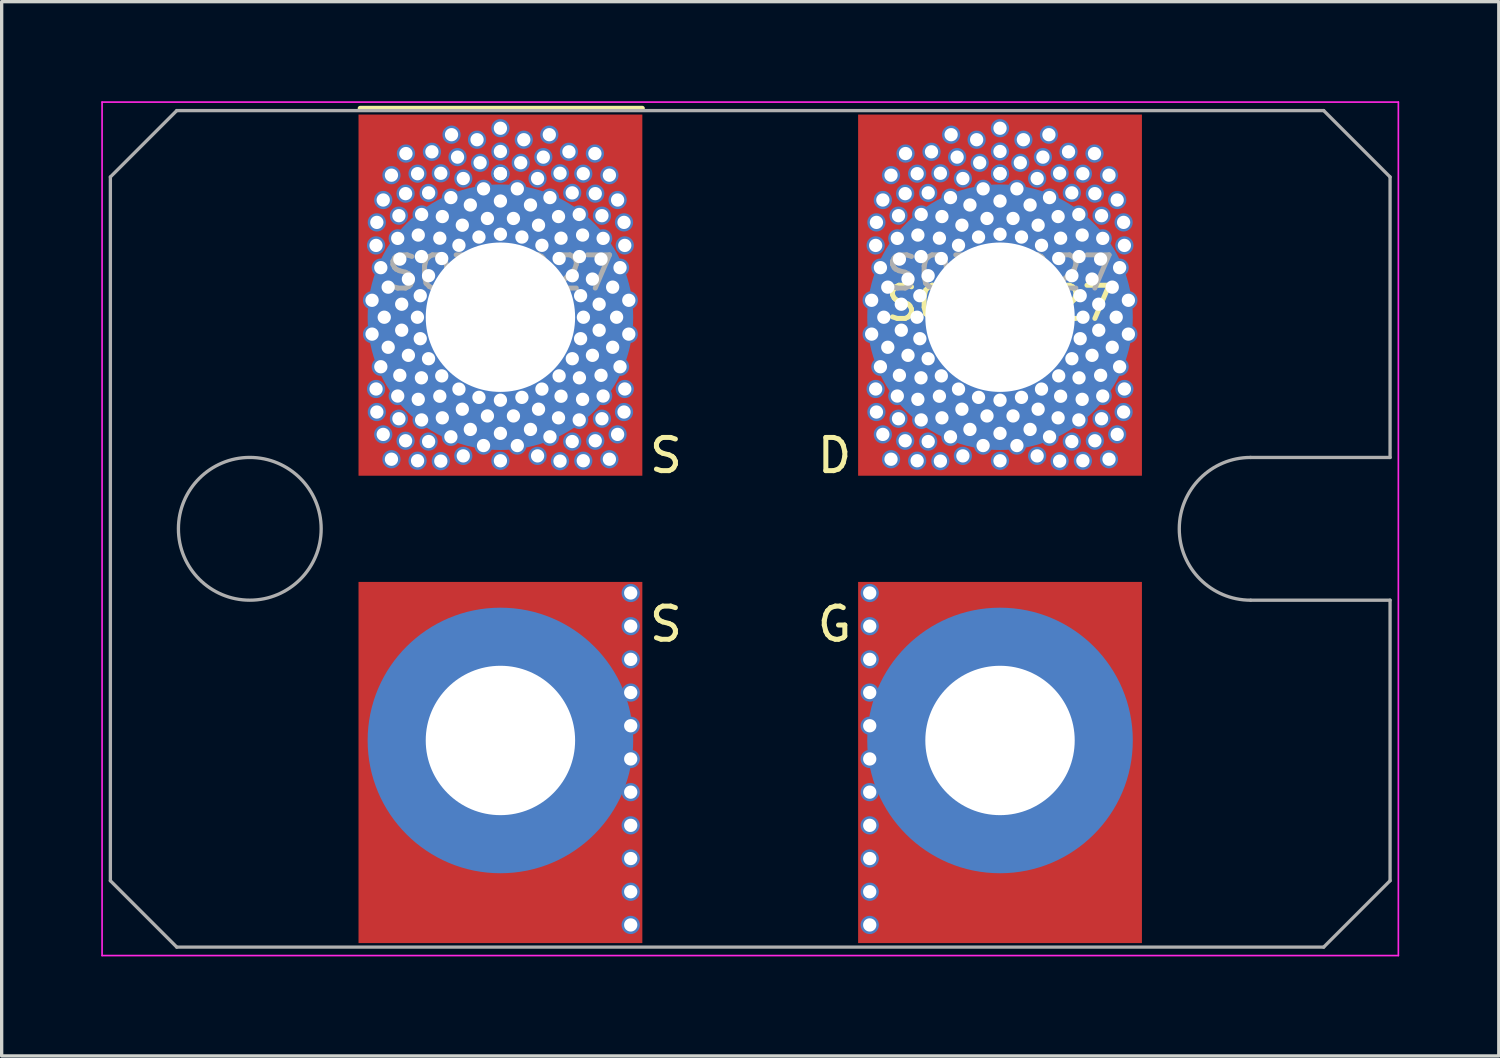
<source format=kicad_pcb>
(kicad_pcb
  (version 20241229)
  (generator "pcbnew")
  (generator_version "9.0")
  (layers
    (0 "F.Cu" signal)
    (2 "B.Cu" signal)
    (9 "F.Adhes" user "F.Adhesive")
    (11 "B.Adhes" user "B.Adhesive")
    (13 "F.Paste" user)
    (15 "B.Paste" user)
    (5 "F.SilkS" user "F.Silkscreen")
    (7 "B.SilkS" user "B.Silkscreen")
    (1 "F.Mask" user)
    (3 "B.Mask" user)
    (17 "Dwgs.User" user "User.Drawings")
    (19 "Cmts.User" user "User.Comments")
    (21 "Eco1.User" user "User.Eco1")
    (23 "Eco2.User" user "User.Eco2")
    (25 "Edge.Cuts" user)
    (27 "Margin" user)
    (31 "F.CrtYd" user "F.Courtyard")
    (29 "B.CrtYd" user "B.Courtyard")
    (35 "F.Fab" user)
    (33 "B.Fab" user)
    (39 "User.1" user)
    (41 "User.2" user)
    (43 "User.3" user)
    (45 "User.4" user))
  (footprint "SOT-227"
    (layer "F.Cu")
    (at 19.55 13.213)
    (property "Reference" "SOT-227" (at 7.525 -7.125 0) (layer "F.SilkS") (effects (font (size 1 1) (thickness 0.15))))
    (attr through_hole)
    (fp_line (start -11.75 -13) (end -3.25 -13) (stroke (width 0.15) (type solid)) (layer "F.SilkS"))
    (fp_line (start -19.525 -13.188) (end -19.525 12.523) (stroke (width 0.05) (type solid)) (layer "F.CrtYd"))
    (fp_line (start -19.525 -13.188) (end 19.525 -13.188) (stroke (width 0.05) (type solid)) (layer "F.CrtYd"))
    (fp_line (start -19.525 12.523) (end 19.525 12.523) (stroke (width 0.05) (type solid)) (layer "F.CrtYd"))
    (fp_line (start 19.525 -13.188) (end 19.525 12.523) (stroke (width 0.05) (type solid)) (layer "F.CrtYd"))
    (fp_line (start -19.275 -10.932) (end -17.275 -12.932) (stroke (width 0.1) (type solid)) (layer "F.Fab"))
    (fp_line (start -19.275 10.268) (end -19.275 -10.932) (stroke (width 0.1) (type solid)) (layer "F.Fab"))
    (fp_line (start -19.275 10.268) (end -17.275 12.268) (stroke (width 0.1) (type solid)) (layer "F.Fab"))
    (fp_line (start -17.275 -12.932) (end 17.275 -12.932) (stroke (width 0.1) (type solid)) (layer "F.Fab"))
    (fp_line (start 15.075 -2.482) (end 19.275 -2.482) (stroke (width 0.1) (type solid)) (layer "F.Fab"))
    (fp_line (start 15.075 1.817) (end 19.275 1.817) (stroke (width 0.1) (type solid)) (layer "F.Fab"))
    (fp_line (start 17.275 12.268) (end -17.275 12.268) (stroke (width 0.1) (type solid)) (layer "F.Fab"))
    (fp_line (start 19.275 -10.932) (end 17.275 -12.932) (stroke (width 0.1) (type solid)) (layer "F.Fab"))
    (fp_line (start 19.275 -10.932) (end 19.275 -2.482) (stroke (width 0.1) (type solid)) (layer "F.Fab"))
    (fp_line (start 19.275 1.817) (end 19.275 10.268) (stroke (width 0.1) (type solid)) (layer "F.Fab"))
    (fp_line (start 19.275 10.268) (end 17.275 12.268) (stroke (width 0.1) (type solid)) (layer "F.Fab"))
    (fp_arc (start 15.075 1.8175) (mid 12.925 -0.3325) (end 15.075 -2.4825) (stroke (width 0.1) (type solid)) (layer "F.Fab"))
    (fp_circle (center -15.075 -0.333) (end -12.925 -0.333) (stroke (width 0.1) (type solid)) (fill no) (layer "F.Fab"))
    (fp_text user "S" (at -2.54 2.54 0) (layer "F.SilkS") (effects (font (size 1 1) (thickness 0.15))))
    (fp_text user "D" (at 2.54 -2.54 0) (layer "F.SilkS") (effects (font (size 1 1) (thickness 0.15))))
    (fp_text user "S" (at -2.54 -2.54 0) (layer "F.SilkS") (effects (font (size 1 1) (thickness 0.15))))
    (fp_text user "G" (at 2.54 2.54 0) (layer "F.SilkS") (effects (font (size 1 1) (thickness 0.15))))
    (fp_text user "${REFERENCE}" (at 7.525 -8.04 0) (layer "F.Fab") (effects (font (size 1 1) (thickness 0.15))))
    (fp_text user "${REFERENCE}" (at -7.525 -8.04 0) (layer "F.Fab") (effects (font (size 1 1) (thickness 0.15))))
    (pad "1" thru_hole circle (at -11.392 -7.217 172.5) (size 0.55 0.55) (drill 0.4) (layers "*.Cu" "*.Mask"))
    (pad "1" thru_hole circle (at -11.392 -6.198 187.5) (size 0.55 0.55) (drill 0.4) (layers "*.Cu" "*.Mask"))
    (pad "1" thru_hole circle (at -11.271 -8.87 150) (size 0.55 0.55) (drill 0.4) (layers "*.Cu" "*.Mask"))
    (pad "1" thru_hole circle (at -11.271 -4.545 210) (size 0.55 0.55) (drill 0.4) (layers "*.Cu" "*.Mask"))
    (pad "1" thru_hole circle (at -11.248 -3.851 217.5) (size 0.55 0.55) (drill 0.4) (layers "*.Cu" "*.Mask"))
    (pad "1" thru_hole circle (at -11.248 -9.564 142.5) (size 0.55 0.55) (drill 0.4) (layers "*.Cu" "*.Mask"))
    (pad "1" thru_hole circle (at -11.128 -8.2 157.5) (size 0.55 0.55) (drill 0.4) (layers "*.Cu" "*.Mask"))
    (pad "1" thru_hole circle (at -11.128 -5.215 202.5) (size 0.55 0.55) (drill 0.4) (layers "*.Cu" "*.Mask"))
    (pad "1" thru_hole circle (at -11.055 -10.238 135) (size 0.55 0.55) (drill 0.4) (layers "*.Cu" "*.Mask"))
    (pad "1" thru_hole circle (at -11.055 -3.177 225) (size 0.55 0.55) (drill 0.4) (layers "*.Cu" "*.Mask"))
    (pad "1" thru_hole circle (at -11.025 -6.707 180) (size 0.55 0.55) (drill 0.4) (layers "*.Cu" "*.Mask"))
    (pad "1" thru_hole circle (at -10.906 -7.613 165) (size 0.55 0.55) (drill 0.4) (layers "*.Cu" "*.Mask"))
    (pad "1" thru_hole circle (at -10.906 -5.802 195) (size 0.55 0.55) (drill 0.4) (layers "*.Cu" "*.Mask"))
    (pad "1" thru_hole circle (at -10.808 -2.429 232.5) (size 0.55 0.55) (drill 0.4) (layers "*.Cu" "*.Mask"))
    (pad "1" thru_hole circle (at -10.808 -10.986 127.5) (size 0.55 0.55) (drill 0.4) (layers "*.Cu" "*.Mask"))
    (pad "1" thru_hole circle (at -10.619 -9.082 142.5) (size 0.55 0.55) (drill 0.4) (layers "*.Cu" "*.Mask"))
    (pad "1" thru_hole circle (at -10.619 -4.333 217.5) (size 0.55 0.55) (drill 0.4) (layers "*.Cu" "*.Mask"))
    (pad "1" thru_hole circle (at -10.583 -9.766 135) (size 0.55 0.55) (drill 0.4) (layers "*.Cu" "*.Mask"))
    (pad "1" thru_hole circle (at -10.583 -3.649 225) (size 0.55 0.55) (drill 0.4) (layers "*.Cu" "*.Mask"))
    (pad "1" thru_hole circle (at -10.556 -8.457 150) (size 0.55 0.55) (drill 0.4) (layers "*.Cu" "*.Mask"))
    (pad "1" thru_hole circle (at -10.556 -4.957 210) (size 0.55 0.55) (drill 0.4) (layers "*.Cu" "*.Mask"))
    (pad "1" thru_hole circle (at -10.499 -7.099 172.5) (size 0.55 0.55) (drill 0.4) (layers "*.Cu" "*.Mask"))
    (pad "1" thru_hole circle (at -10.499 -6.316 187.5) (size 0.55 0.55) (drill 0.4) (layers "*.Cu" "*.Mask"))
    (pad "1" thru_hole circle (at -10.382 -10.43 127.5) (size 0.55 0.55) (drill 0.4) (layers "*.Cu" "*.Mask"))
    (pad "1" thru_hole circle (at -10.382 -2.985 232.5) (size 0.55 0.55) (drill 0.4) (layers "*.Cu" "*.Mask"))
    (pad "1" thru_hole circle (at -10.371 -11.637 120) (size 0.55 0.55) (drill 0.4) (layers "*.Cu" "*.Mask"))
    (pad "1" thru_hole circle (at -10.297 -7.856 157.5) (size 0.55 0.55) (drill 0.4) (layers "*.Cu" "*.Mask"))
    (pad "1" thru_hole circle (at -10.297 -5.559 202.5) (size 0.55 0.55) (drill 0.4) (layers "*.Cu" "*.Mask"))
    (pad "1" thru_hole circle (at -10.025 -6.707 180) (size 0.55 0.55) (drill 0.4) (layers "*.Cu" "*.Mask"))
    (pad "1" thru_hole circle (at -10.021 -11.031 120) (size 0.55 0.55) (drill 0.4) (layers "*.Cu" "*.Mask"))
    (pad "1" thru_hole circle (at -10.021 -2.384 240) (size 0.55 0.55) (drill 0.4) (layers "*.Cu" "*.Mask"))
    (pad "1" thru_hole circle (at -10 -9.182 135) (size 0.55 0.55) (drill 0.4) (layers "*.Cu" "*.Mask"))
    (pad "1" thru_hole circle (at -10 -4.233 225) (size 0.55 0.55) (drill 0.4) (layers "*.Cu" "*.Mask"))
    (pad "1" thru_hole circle (at -9.94 -7.355 165) (size 0.55 0.55) (drill 0.4) (layers "*.Cu" "*.Mask"))
    (pad "1" thru_hole circle (at -9.94 -6.06 195) (size 0.55 0.55) (drill 0.4) (layers "*.Cu" "*.Mask"))
    (pad "1" thru_hole circle (at -9.905 -8.534 142.5) (size 0.55 0.55) (drill 0.4) (layers "*.Cu" "*.Mask"))
    (pad "1" thru_hole circle (at -9.905 -4.881 217.5) (size 0.55 0.55) (drill 0.4) (layers "*.Cu" "*.Mask"))
    (pad "1" thru_hole circle (at -9.899 -3.613 232.5) (size 0.55 0.55) (drill 0.4) (layers "*.Cu" "*.Mask"))
    (pad "1" thru_hole circle (at -9.899 -9.802 127.5) (size 0.55 0.55) (drill 0.4) (layers "*.Cu" "*.Mask"))
    (pad "1" thru_hole circle (at -9.69 -7.957 150) (size 0.55 0.55) (drill 0.4) (layers "*.Cu" "*.Mask"))
    (pad "1" thru_hole circle (at -9.69 -5.457 210) (size 0.55 0.55) (drill 0.4) (layers "*.Cu" "*.Mask"))
    (pad "1" thru_hole circle (at -9.688 -10.453 120) (size 0.55 0.55) (drill 0.4) (layers "*.Cu" "*.Mask"))
    (pad "1" thru_hole circle (at -9.688 -2.962 240) (size 0.55 0.55) (drill 0.4) (layers "*.Cu" "*.Mask"))
    (pad "1" thru_hole circle (at -9.589 -11.69 112.5) (size 0.55 0.55) (drill 0.4) (layers "*.Cu" "*.Mask"))
    (pad "1" thru_hole circle (at -9.351 -9.088 127.5) (size 0.55 0.55) (drill 0.4) (layers "*.Cu" "*.Mask"))
    (pad "1" thru_hole circle (at -9.351 -4.327 232.5) (size 0.55 0.55) (drill 0.4) (layers "*.Cu" "*.Mask"))
    (pad "1" thru_hole circle (at -9.321 -11.043 112.5) (size 0.55 0.55) (drill 0.4) (layers "*.Cu" "*.Mask"))
    (pad "1" thru_hole circle (at -9.321 -2.372 247.5) (size 0.55 0.55) (drill 0.4) (layers "*.Cu" "*.Mask"))
    (pad "1" thru_hole circle (at -9.293 -8.475 135) (size 0.55 0.55) (drill 0.4) (layers "*.Cu" "*.Mask"))
    (pad "1" thru_hole circle (at -9.293 -4.94 225) (size 0.55 0.55) (drill 0.4) (layers "*.Cu" "*.Mask"))
    (pad "1" thru_hole circle (at -9.275 -9.739 120) (size 0.55 0.55) (drill 0.4) (layers "*.Cu" "*.Mask"))
    (pad "1" thru_hole circle (at -9.275 -3.676 240) (size 0.55 0.55) (drill 0.4) (layers "*.Cu" "*.Mask"))
    (pad "1" thru_hole circle (at -9.017 -3.104 247.5) (size 0.55 0.55) (drill 0.4) (layers "*.Cu" "*.Mask"))
    (pad "1" thru_hole circle (at -9.017 -10.311 112.5) (size 0.55 0.55) (drill 0.4) (layers "*.Cu" "*.Mask"))
    (pad "1" thru_hole circle (at -8.998 -12.206 105) (size 0.55 0.55) (drill 0.4) (layers "*.Cu" "*.Mask"))
    (pad "1" thru_hole circle (at -8.817 -11.53 105) (size 0.55 0.55) (drill 0.4) (layers "*.Cu" "*.Mask"))
    (pad "1" thru_hole circle (at -8.775 -8.873 120) (size 0.55 0.55) (drill 0.4) (layers "*.Cu" "*.Mask"))
    (pad "1" thru_hole circle (at -8.775 -4.542 240) (size 0.55 0.55) (drill 0.4) (layers "*.Cu" "*.Mask"))
    (pad "1" thru_hole circle (at -8.673 -9.479 112.5) (size 0.55 0.55) (drill 0.4) (layers "*.Cu" "*.Mask"))
    (pad "1" thru_hole circle (at -8.673 -3.936 247.5) (size 0.55 0.55) (drill 0.4) (layers "*.Cu" "*.Mask"))
    (pad "1" thru_hole circle (at -8.644 -10.885 105) (size 0.55 0.55) (drill 0.4) (layers "*.Cu" "*.Mask"))
    (pad "1" thru_hole circle (at -8.644 -2.53 255) (size 0.55 0.55) (drill 0.4) (layers "*.Cu" "*.Mask"))
    (pad "1" thru_hole circle (at -8.431 -10.088 105) (size 0.55 0.55) (drill 0.4) (layers "*.Cu" "*.Mask"))
    (pad "1" thru_hole circle (at -8.431 -3.327 255) (size 0.55 0.55) (drill 0.4) (layers "*.Cu" "*.Mask"))
    (pad "1" thru_hole circle (at -8.229 -12.054 97.5) (size 0.55 0.55) (drill 0.4) (layers "*.Cu" "*.Mask"))
    (pad "1" thru_hole circle (at -8.172 -9.122 105) (size 0.55 0.55) (drill 0.4) (layers "*.Cu" "*.Mask"))
    (pad "1" thru_hole circle (at -8.172 -4.293 255) (size 0.55 0.55) (drill 0.4) (layers "*.Cu" "*.Mask"))
    (pad "1" thru_hole circle (at -8.137 -11.36 97.5) (size 0.55 0.55) (drill 0.4) (layers "*.Cu" "*.Mask"))
    (pad "1" thru_hole circle (at -8.034 -10.574 97.5) (size 0.55 0.55) (drill 0.4) (layers "*.Cu" "*.Mask"))
    (pad "1" thru_hole circle (at -8.034 -2.841 262.5) (size 0.55 0.55) (drill 0.4) (layers "*.Cu" "*.Mask"))
    (pad "1" thru_hole circle (at -7.917 -9.682 97.5) (size 0.55 0.55) (drill 0.4) (layers "*.Cu" "*.Mask"))
    (pad "1" thru_hole circle (at -7.917 -3.733 262.5) (size 0.55 0.55) (drill 0.4) (layers "*.Cu" "*.Mask"))
    (pad "1" thru_hole circle (at -7.525 -12.4 90) (size 0.55 0.55) (drill 0.4) (layers "*.Cu" "*.Mask"))
    (pad "1" thru_hole circle (at -7.525 -11.7 90) (size 0.55 0.55) (drill 0.4) (layers "*.Cu" "*.Mask"))
    (pad "1" thru_hole circle (at -7.525 -11.033 90) (size 0.55 0.55) (drill 0.4) (layers "*.Cu" "*.Mask"))
    (pad "1" thru_hole circle (at -7.525 -11.033 90) (size 0.55 0.55) (drill 0.4) (layers "*.Cu" "*.Mask"))
    (pad "1" thru_hole circle (at -7.525 -10.207 90) (size 0.55 0.55) (drill 0.4) (layers "*.Cu" "*.Mask"))
    (pad "1" thru_hole circle (at -7.525 -9.207 90) (size 0.55 0.55) (drill 0.4) (layers "*.Cu" "*.Mask"))
    (pad "1" smd rect (at -7.525 -7.372) (size 8.55 10.88) (layers "F.Cu" "F.Mask"))
    (pad "1" thru_hole circle (at -7.525 -6.707) (size 8 8) (drill 4.5) (layers "*.Cu" "*.Mask"))
    (pad "1" thru_hole circle (at -7.525 -4.207 270) (size 0.55 0.55) (drill 0.4) (layers "*.Cu" "*.Mask"))
    (pad "1" thru_hole circle (at -7.525 -3.208 270) (size 0.55 0.55) (drill 0.4) (layers "*.Cu" "*.Mask"))
    (pad "1" thru_hole circle (at -7.525 -2.382 270) (size 0.55 0.55) (drill 0.4) (layers "*.Cu" "*.Mask"))
    (pad "1" thru_hole circle (at -7.133 -9.682 82.5) (size 0.55 0.55) (drill 0.4) (layers "*.Cu" "*.Mask"))
    (pad "1" thru_hole circle (at -7.133 -3.733 277.5) (size 0.55 0.55) (drill 0.4) (layers "*.Cu" "*.Mask"))
    (pad "1" thru_hole circle (at -7.016 -10.574 82.5) (size 0.55 0.55) (drill 0.4) (layers "*.Cu" "*.Mask"))
    (pad "1" thru_hole circle (at -7.016 -2.841 277.5) (size 0.55 0.55) (drill 0.4) (layers "*.Cu" "*.Mask"))
    (pad "1" thru_hole circle (at -6.913 -11.36 82.5) (size 0.55 0.55) (drill 0.4) (layers "*.Cu" "*.Mask"))
    (pad "1" thru_hole circle (at -6.878 -9.122 75) (size 0.55 0.55) (drill 0.4) (layers "*.Cu" "*.Mask"))
    (pad "1" thru_hole circle (at -6.878 -4.293 285) (size 0.55 0.55) (drill 0.4) (layers "*.Cu" "*.Mask"))
    (pad "1" thru_hole circle (at -6.821 -12.054 82.5) (size 0.55 0.55) (drill 0.4) (layers "*.Cu" "*.Mask"))
    (pad "1" thru_hole circle (at -6.619 -10.088 75) (size 0.55 0.55) (drill 0.4) (layers "*.Cu" "*.Mask"))
    (pad "1" thru_hole circle (at -6.619 -3.327 285) (size 0.55 0.55) (drill 0.4) (layers "*.Cu" "*.Mask"))
    (pad "1" thru_hole circle (at -6.406 -10.885 75) (size 0.55 0.55) (drill 0.4) (layers "*.Cu" "*.Mask"))
    (pad "1" thru_hole circle (at -6.406 -2.53 285) (size 0.55 0.55) (drill 0.4) (layers "*.Cu" "*.Mask"))
    (pad "1" thru_hole circle (at -6.377 -9.479 67.5) (size 0.55 0.55) (drill 0.4) (layers "*.Cu" "*.Mask"))
    (pad "1" thru_hole circle (at -6.377 -3.936 292.5) (size 0.55 0.55) (drill 0.4) (layers "*.Cu" "*.Mask"))
    (pad "1" thru_hole circle (at -6.275 -8.873 60) (size 0.55 0.55) (drill 0.4) (layers "*.Cu" "*.Mask"))
    (pad "1" thru_hole circle (at -6.275 -4.542 300) (size 0.55 0.55) (drill 0.4) (layers "*.Cu" "*.Mask"))
    (pad "1" thru_hole circle (at -6.233 -11.53 75) (size 0.55 0.55) (drill 0.4) (layers "*.Cu" "*.Mask"))
    (pad "1" thru_hole circle (at -6.052 -12.206 75) (size 0.55 0.55) (drill 0.4) (layers "*.Cu" "*.Mask"))
    (pad "1" thru_hole circle (at -6.033 -3.104 292.5) (size 0.55 0.55) (drill 0.4) (layers "*.Cu" "*.Mask"))
    (pad "1" thru_hole circle (at -6.033 -10.311 67.5) (size 0.55 0.55) (drill 0.4) (layers "*.Cu" "*.Mask"))
    (pad "1" thru_hole circle (at -5.775 -9.739 60) (size 0.55 0.55) (drill 0.4) (layers "*.Cu" "*.Mask"))
    (pad "1" thru_hole circle (at -5.775 -3.676 300) (size 0.55 0.55) (drill 0.4) (layers "*.Cu" "*.Mask"))
    (pad "1" thru_hole circle (at -5.757 -8.475 45) (size 0.55 0.55) (drill 0.4) (layers "*.Cu" "*.Mask"))
    (pad "1" thru_hole circle (at -5.757 -4.94 315) (size 0.55 0.55) (drill 0.4) (layers "*.Cu" "*.Mask"))
    (pad "1" thru_hole circle (at -5.729 -11.043 67.5) (size 0.55 0.55) (drill 0.4) (layers "*.Cu" "*.Mask"))
    (pad "1" thru_hole circle (at -5.729 -2.372 292.5) (size 0.55 0.55) (drill 0.4) (layers "*.Cu" "*.Mask"))
    (pad "1" thru_hole circle (at -5.699 -9.088 52.5) (size 0.55 0.55) (drill 0.4) (layers "*.Cu" "*.Mask"))
    (pad "1" thru_hole circle (at -5.699 -4.327 307.5) (size 0.55 0.55) (drill 0.4) (layers "*.Cu" "*.Mask"))
    (pad "1" thru_hole circle (at -5.461 -11.69 67.5) (size 0.55 0.55) (drill 0.4) (layers "*.Cu" "*.Mask"))
    (pad "1" thru_hole circle (at -5.362 -10.453 60) (size 0.55 0.55) (drill 0.4) (layers "*.Cu" "*.Mask"))
    (pad "1" thru_hole circle (at -5.362 -2.962 300) (size 0.55 0.55) (drill 0.4) (layers "*.Cu" "*.Mask"))
    (pad "1" thru_hole circle (at -5.36 -7.957 30) (size 0.55 0.55) (drill 0.4) (layers "*.Cu" "*.Mask"))
    (pad "1" thru_hole circle (at -5.36 -5.457 330) (size 0.55 0.55) (drill 0.4) (layers "*.Cu" "*.Mask"))
    (pad "1" thru_hole circle (at -5.151 -3.613 307.5) (size 0.55 0.55) (drill 0.4) (layers "*.Cu" "*.Mask"))
    (pad "1" thru_hole circle (at -5.151 -9.802 52.5) (size 0.55 0.55) (drill 0.4) (layers "*.Cu" "*.Mask"))
    (pad "1" thru_hole circle (at -5.145 -8.534 37.5) (size 0.55 0.55) (drill 0.4) (layers "*.Cu" "*.Mask"))
    (pad "1" thru_hole circle (at -5.145 -4.881 322.5) (size 0.55 0.55) (drill 0.4) (layers "*.Cu" "*.Mask"))
    (pad "1" thru_hole circle (at -5.11 -7.355 15) (size 0.55 0.55) (drill 0.4) (layers "*.Cu" "*.Mask"))
    (pad "1" thru_hole circle (at -5.11 -6.06 345) (size 0.55 0.55) (drill 0.4) (layers "*.Cu" "*.Mask"))
    (pad "1" thru_hole circle (at -5.05 -9.182 45) (size 0.55 0.55) (drill 0.4) (layers "*.Cu" "*.Mask"))
    (pad "1" thru_hole circle (at -5.05 -4.233 315) (size 0.55 0.55) (drill 0.4) (layers "*.Cu" "*.Mask"))
    (pad "1" thru_hole circle (at -5.029 -11.031 60) (size 0.55 0.55) (drill 0.4) (layers "*.Cu" "*.Mask"))
    (pad "1" thru_hole circle (at -5.029 -2.384 300) (size 0.55 0.55) (drill 0.4) (layers "*.Cu" "*.Mask"))
    (pad "1" thru_hole circle (at -5.025 -6.707) (size 0.55 0.55) (drill 0.4) (layers "*.Cu" "*.Mask"))
    (pad "1" thru_hole circle (at -4.753 -7.856 22.5) (size 0.55 0.55) (drill 0.4) (layers "*.Cu" "*.Mask"))
    (pad "1" thru_hole circle (at -4.753 -5.559 337.5) (size 0.55 0.55) (drill 0.4) (layers "*.Cu" "*.Mask"))
    (pad "1" thru_hole circle (at -4.679 -11.637 60) (size 0.55 0.55) (drill 0.4) (layers "*.Cu" "*.Mask"))
    (pad "1" thru_hole circle (at -4.668 -10.43 52.5) (size 0.55 0.55) (drill 0.4) (layers "*.Cu" "*.Mask"))
    (pad "1" thru_hole circle (at -4.668 -2.985 307.5) (size 0.55 0.55) (drill 0.4) (layers "*.Cu" "*.Mask"))
    (pad "1" thru_hole circle (at -4.551 -7.099 7.5) (size 0.55 0.55) (drill 0.4) (layers "*.Cu" "*.Mask"))
    (pad "1" thru_hole circle (at -4.551 -6.316 352.5) (size 0.55 0.55) (drill 0.4) (layers "*.Cu" "*.Mask"))
    (pad "1" thru_hole circle (at -4.494 -8.457 30) (size 0.55 0.55) (drill 0.4) (layers "*.Cu" "*.Mask"))
    (pad "1" thru_hole circle (at -4.494 -4.957 330) (size 0.55 0.55) (drill 0.4) (layers "*.Cu" "*.Mask"))
    (pad "1" thru_hole circle (at -4.467 -9.766 45) (size 0.55 0.55) (drill 0.4) (layers "*.Cu" "*.Mask"))
    (pad "1" thru_hole circle (at -4.467 -3.649 315) (size 0.55 0.55) (drill 0.4) (layers "*.Cu" "*.Mask"))
    (pad "1" thru_hole circle (at -4.431 -9.082 37.5) (size 0.55 0.55) (drill 0.4) (layers "*.Cu" "*.Mask"))
    (pad "1" thru_hole circle (at -4.431 -4.333 322.5) (size 0.55 0.55) (drill 0.4) (layers "*.Cu" "*.Mask"))
    (pad "1" thru_hole circle (at -4.242 -2.429 307.5) (size 0.55 0.55) (drill 0.4) (layers "*.Cu" "*.Mask"))
    (pad "1" thru_hole circle (at -4.242 -10.986 52.5) (size 0.55 0.55) (drill 0.4) (layers "*.Cu" "*.Mask"))
    (pad "1" thru_hole circle (at -4.144 -7.613 15) (size 0.55 0.55) (drill 0.4) (layers "*.Cu" "*.Mask"))
    (pad "1" thru_hole circle (at -4.144 -5.802 345) (size 0.55 0.55) (drill 0.4) (layers "*.Cu" "*.Mask"))
    (pad "1" thru_hole circle (at -4.025 -6.707) (size 0.55 0.55) (drill 0.4) (layers "*.Cu" "*.Mask"))
    (pad "1" thru_hole circle (at -3.995 -10.238 45) (size 0.55 0.55) (drill 0.4) (layers "*.Cu" "*.Mask"))
    (pad "1" thru_hole circle (at -3.995 -3.177 315) (size 0.55 0.55) (drill 0.4) (layers "*.Cu" "*.Mask"))
    (pad "1" thru_hole circle (at -3.922 -8.2 22.5) (size 0.55 0.55) (drill 0.4) (layers "*.Cu" "*.Mask"))
    (pad "1" thru_hole circle (at -3.922 -5.215 337.5) (size 0.55 0.55) (drill 0.4) (layers "*.Cu" "*.Mask"))
    (pad "1" thru_hole circle (at -3.802 -3.851 322.5) (size 0.55 0.55) (drill 0.4) (layers "*.Cu" "*.Mask"))
    (pad "1" thru_hole circle (at -3.802 -9.564 37.5) (size 0.55 0.55) (drill 0.4) (layers "*.Cu" "*.Mask"))
    (pad "1" thru_hole circle (at -3.779 -8.87 30) (size 0.55 0.55) (drill 0.4) (layers "*.Cu" "*.Mask"))
    (pad "1" thru_hole circle (at -3.779 -4.545 330) (size 0.55 0.55) (drill 0.4) (layers "*.Cu" "*.Mask"))
    (pad "1" thru_hole circle (at -3.658 -7.217 7.5) (size 0.55 0.55) (drill 0.4) (layers "*.Cu" "*.Mask"))
    (pad "1" thru_hole circle (at -3.658 -6.198 352.5) (size 0.55 0.55) (drill 0.4) (layers "*.Cu" "*.Mask"))
    (pad "2" thru_hole circle (at 3.658 -7.217 172.5) (size 0.55 0.55) (drill 0.4) (layers "*.Cu" "*.Mask"))
    (pad "2" thru_hole circle (at 3.658 -6.198 187.5) (size 0.55 0.55) (drill 0.4) (layers "*.Cu" "*.Mask"))
    (pad "2" thru_hole circle (at 3.779 -8.87 150) (size 0.55 0.55) (drill 0.4) (layers "*.Cu" "*.Mask"))
    (pad "2" thru_hole circle (at 3.779 -4.545 210) (size 0.55 0.55) (drill 0.4) (layers "*.Cu" "*.Mask"))
    (pad "2" thru_hole circle (at 3.802 -3.851 217.5) (size 0.55 0.55) (drill 0.4) (layers "*.Cu" "*.Mask"))
    (pad "2" thru_hole circle (at 3.802 -9.564 142.5) (size 0.55 0.55) (drill 0.4) (layers "*.Cu" "*.Mask"))
    (pad "2" thru_hole circle (at 3.922 -8.2 157.5) (size 0.55 0.55) (drill 0.4) (layers "*.Cu" "*.Mask"))
    (pad "2" thru_hole circle (at 3.922 -5.215 202.5) (size 0.55 0.55) (drill 0.4) (layers "*.Cu" "*.Mask"))
    (pad "2" thru_hole circle (at 3.995 -10.238 135) (size 0.55 0.55) (drill 0.4) (layers "*.Cu" "*.Mask"))
    (pad "2" thru_hole circle (at 3.995 -3.177 225) (size 0.55 0.55) (drill 0.4) (layers "*.Cu" "*.Mask"))
    (pad "2" thru_hole circle (at 4.025 -6.707 180) (size 0.55 0.55) (drill 0.4) (layers "*.Cu" "*.Mask"))
    (pad "2" thru_hole circle (at 4.144 -7.613 165) (size 0.55 0.55) (drill 0.4) (layers "*.Cu" "*.Mask"))
    (pad "2" thru_hole circle (at 4.144 -5.802 195) (size 0.55 0.55) (drill 0.4) (layers "*.Cu" "*.Mask"))
    (pad "2" thru_hole circle (at 4.242 -2.429 232.5) (size 0.55 0.55) (drill 0.4) (layers "*.Cu" "*.Mask"))
    (pad "2" thru_hole circle (at 4.242 -10.986 127.5) (size 0.55 0.55) (drill 0.4) (layers "*.Cu" "*.Mask"))
    (pad "2" thru_hole circle (at 4.431 -9.082 142.5) (size 0.55 0.55) (drill 0.4) (layers "*.Cu" "*.Mask"))
    (pad "2" thru_hole circle (at 4.431 -4.333 217.5) (size 0.55 0.55) (drill 0.4) (layers "*.Cu" "*.Mask"))
    (pad "2" thru_hole circle (at 4.467 -9.766 135) (size 0.55 0.55) (drill 0.4) (layers "*.Cu" "*.Mask"))
    (pad "2" thru_hole circle (at 4.467 -3.649 225) (size 0.55 0.55) (drill 0.4) (layers "*.Cu" "*.Mask"))
    (pad "2" thru_hole circle (at 4.494 -8.457 150) (size 0.55 0.55) (drill 0.4) (layers "*.Cu" "*.Mask"))
    (pad "2" thru_hole circle (at 4.494 -4.957 210) (size 0.55 0.55) (drill 0.4) (layers "*.Cu" "*.Mask"))
    (pad "2" thru_hole circle (at 4.551 -7.099 172.5) (size 0.55 0.55) (drill 0.4) (layers "*.Cu" "*.Mask"))
    (pad "2" thru_hole circle (at 4.551 -6.316 187.5) (size 0.55 0.55) (drill 0.4) (layers "*.Cu" "*.Mask"))
    (pad "2" thru_hole circle (at 4.668 -10.43 127.5) (size 0.55 0.55) (drill 0.4) (layers "*.Cu" "*.Mask"))
    (pad "2" thru_hole circle (at 4.668 -2.985 232.5) (size 0.55 0.55) (drill 0.4) (layers "*.Cu" "*.Mask"))
    (pad "2" thru_hole circle (at 4.679 -11.637 120) (size 0.55 0.55) (drill 0.4) (layers "*.Cu" "*.Mask"))
    (pad "2" thru_hole circle (at 4.753 -7.856 157.5) (size 0.55 0.55) (drill 0.4) (layers "*.Cu" "*.Mask"))
    (pad "2" thru_hole circle (at 4.753 -5.559 202.5) (size 0.55 0.55) (drill 0.4) (layers "*.Cu" "*.Mask"))
    (pad "2" thru_hole circle (at 5.025 -6.707 180) (size 0.55 0.55) (drill 0.4) (layers "*.Cu" "*.Mask"))
    (pad "2" thru_hole circle (at 5.029 -11.031 120) (size 0.55 0.55) (drill 0.4) (layers "*.Cu" "*.Mask"))
    (pad "2" thru_hole circle (at 5.029 -2.384 240) (size 0.55 0.55) (drill 0.4) (layers "*.Cu" "*.Mask"))
    (pad "2" thru_hole circle (at 5.05 -9.182 135) (size 0.55 0.55) (drill 0.4) (layers "*.Cu" "*.Mask"))
    (pad "2" thru_hole circle (at 5.05 -4.233 225) (size 0.55 0.55) (drill 0.4) (layers "*.Cu" "*.Mask"))
    (pad "2" thru_hole circle (at 5.11 -7.355 165) (size 0.55 0.55) (drill 0.4) (layers "*.Cu" "*.Mask"))
    (pad "2" thru_hole circle (at 5.11 -6.06 195) (size 0.55 0.55) (drill 0.4) (layers "*.Cu" "*.Mask"))
    (pad "2" thru_hole circle (at 5.145 -8.534 142.5) (size 0.55 0.55) (drill 0.4) (layers "*.Cu" "*.Mask"))
    (pad "2" thru_hole circle (at 5.145 -4.881 217.5) (size 0.55 0.55) (drill 0.4) (layers "*.Cu" "*.Mask"))
    (pad "2" thru_hole circle (at 5.151 -3.613 232.5) (size 0.55 0.55) (drill 0.4) (layers "*.Cu" "*.Mask"))
    (pad "2" thru_hole circle (at 5.151 -9.802 127.5) (size 0.55 0.55) (drill 0.4) (layers "*.Cu" "*.Mask"))
    (pad "2" thru_hole circle (at 5.36 -7.957 150) (size 0.55 0.55) (drill 0.4) (layers "*.Cu" "*.Mask"))
    (pad "2" thru_hole circle (at 5.36 -5.457 210) (size 0.55 0.55) (drill 0.4) (layers "*.Cu" "*.Mask"))
    (pad "2" thru_hole circle (at 5.362 -10.453 120) (size 0.55 0.55) (drill 0.4) (layers "*.Cu" "*.Mask"))
    (pad "2" thru_hole circle (at 5.362 -2.962 240) (size 0.55 0.55) (drill 0.4) (layers "*.Cu" "*.Mask"))
    (pad "2" thru_hole circle (at 5.461 -11.69 112.5) (size 0.55 0.55) (drill 0.4) (layers "*.Cu" "*.Mask"))
    (pad "2" thru_hole circle (at 5.699 -9.088 127.5) (size 0.55 0.55) (drill 0.4) (layers "*.Cu" "*.Mask"))
    (pad "2" thru_hole circle (at 5.699 -4.327 232.5) (size 0.55 0.55) (drill 0.4) (layers "*.Cu" "*.Mask"))
    (pad "2" thru_hole circle (at 5.729 -11.043 112.5) (size 0.55 0.55) (drill 0.4) (layers "*.Cu" "*.Mask"))
    (pad "2" thru_hole circle (at 5.729 -2.372 247.5) (size 0.55 0.55) (drill 0.4) (layers "*.Cu" "*.Mask"))
    (pad "2" thru_hole circle (at 5.757 -8.475 135) (size 0.55 0.55) (drill 0.4) (layers "*.Cu" "*.Mask"))
    (pad "2" thru_hole circle (at 5.757 -4.94 225) (size 0.55 0.55) (drill 0.4) (layers "*.Cu" "*.Mask"))
    (pad "2" thru_hole circle (at 5.775 -9.739 120) (size 0.55 0.55) (drill 0.4) (layers "*.Cu" "*.Mask"))
    (pad "2" thru_hole circle (at 5.775 -3.676 240) (size 0.55 0.55) (drill 0.4) (layers "*.Cu" "*.Mask"))
    (pad "2" thru_hole circle (at 6.033 -3.104 247.5) (size 0.55 0.55) (drill 0.4) (layers "*.Cu" "*.Mask"))
    (pad "2" thru_hole circle (at 6.033 -10.311 112.5) (size 0.55 0.55) (drill 0.4) (layers "*.Cu" "*.Mask"))
    (pad "2" thru_hole circle (at 6.052 -12.206 105) (size 0.55 0.55) (drill 0.4) (layers "*.Cu" "*.Mask"))
    (pad "2" thru_hole circle (at 6.233 -11.53 105) (size 0.55 0.55) (drill 0.4) (layers "*.Cu" "*.Mask"))
    (pad "2" thru_hole circle (at 6.275 -8.873 120) (size 0.55 0.55) (drill 0.4) (layers "*.Cu" "*.Mask"))
    (pad "2" thru_hole circle (at 6.275 -4.542 240) (size 0.55 0.55) (drill 0.4) (layers "*.Cu" "*.Mask"))
    (pad "2" thru_hole circle (at 6.377 -9.479 112.5) (size 0.55 0.55) (drill 0.4) (layers "*.Cu" "*.Mask"))
    (pad "2" thru_hole circle (at 6.377 -3.936 247.5) (size 0.55 0.55) (drill 0.4) (layers "*.Cu" "*.Mask"))
    (pad "2" thru_hole circle (at 6.406 -10.885 105) (size 0.55 0.55) (drill 0.4) (layers "*.Cu" "*.Mask"))
    (pad "2" thru_hole circle (at 6.406 -2.53 255) (size 0.55 0.55) (drill 0.4) (layers "*.Cu" "*.Mask"))
    (pad "2" thru_hole circle (at 6.619 -10.088 105) (size 0.55 0.55) (drill 0.4) (layers "*.Cu" "*.Mask"))
    (pad "2" thru_hole circle (at 6.619 -3.327 255) (size 0.55 0.55) (drill 0.4) (layers "*.Cu" "*.Mask"))
    (pad "2" thru_hole circle (at 6.821 -12.054 97.5) (size 0.55 0.55) (drill 0.4) (layers "*.Cu" "*.Mask"))
    (pad "2" thru_hole circle (at 6.878 -9.122 105) (size 0.55 0.55) (drill 0.4) (layers "*.Cu" "*.Mask"))
    (pad "2" thru_hole circle (at 6.878 -4.293 255) (size 0.55 0.55) (drill 0.4) (layers "*.Cu" "*.Mask"))
    (pad "2" thru_hole circle (at 6.913 -11.36 97.5) (size 0.55 0.55) (drill 0.4) (layers "*.Cu" "*.Mask"))
    (pad "2" thru_hole circle (at 7.016 -10.574 97.5) (size 0.55 0.55) (drill 0.4) (layers "*.Cu" "*.Mask"))
    (pad "2" thru_hole circle (at 7.016 -2.841 262.5) (size 0.55 0.55) (drill 0.4) (layers "*.Cu" "*.Mask"))
    (pad "2" thru_hole circle (at 7.133 -9.682 97.5) (size 0.55 0.55) (drill 0.4) (layers "*.Cu" "*.Mask"))
    (pad "2" thru_hole circle (at 7.133 -3.733 262.5) (size 0.55 0.55) (drill 0.4) (layers "*.Cu" "*.Mask"))
    (pad "2" thru_hole circle (at 7.525 -12.4 90) (size 0.55 0.55) (drill 0.4) (layers "*.Cu" "*.Mask"))
    (pad "2" thru_hole circle (at 7.525 -11.7 90) (size 0.55 0.55) (drill 0.4) (layers "*.Cu" "*.Mask"))
    (pad "2" thru_hole circle (at 7.525 -11.033 90) (size 0.55 0.55) (drill 0.4) (layers "*.Cu" "*.Mask"))
    (pad "2" thru_hole circle (at 7.525 -11.033 90) (size 0.55 0.55) (drill 0.4) (layers "*.Cu" "*.Mask"))
    (pad "2" thru_hole circle (at 7.525 -10.207 90) (size 0.55 0.55) (drill 0.4) (layers "*.Cu" "*.Mask"))
    (pad "2" thru_hole circle (at 7.525 -9.207 90) (size 0.55 0.55) (drill 0.4) (layers "*.Cu" "*.Mask"))
    (pad "2" smd rect (at 7.525 -7.372) (size 8.55 10.88) (layers "F.Cu" "F.Mask"))
    (pad "2" thru_hole circle (at 7.525 -6.707) (size 8 8) (drill 4.5) (layers "*.Cu" "*.Mask"))
    (pad "2" thru_hole circle (at 7.525 -4.207 270) (size 0.55 0.55) (drill 0.4) (layers "*.Cu" "*.Mask"))
    (pad "2" thru_hole circle (at 7.525 -3.208 270) (size 0.55 0.55) (drill 0.4) (layers "*.Cu" "*.Mask"))
    (pad "2" thru_hole circle (at 7.525 -2.382 270) (size 0.55 0.55) (drill 0.4) (layers "*.Cu" "*.Mask"))
    (pad "2" thru_hole circle (at 7.917 -9.682 82.5) (size 0.55 0.55) (drill 0.4) (layers "*.Cu" "*.Mask"))
    (pad "2" thru_hole circle (at 7.917 -3.733 277.5) (size 0.55 0.55) (drill 0.4) (layers "*.Cu" "*.Mask"))
    (pad "2" thru_hole circle (at 8.034 -10.574 82.5) (size 0.55 0.55) (drill 0.4) (layers "*.Cu" "*.Mask"))
    (pad "2" thru_hole circle (at 8.034 -2.841 277.5) (size 0.55 0.55) (drill 0.4) (layers "*.Cu" "*.Mask"))
    (pad "2" thru_hole circle (at 8.137 -11.36 82.5) (size 0.55 0.55) (drill 0.4) (layers "*.Cu" "*.Mask"))
    (pad "2" thru_hole circle (at 8.172 -9.122 75) (size 0.55 0.55) (drill 0.4) (layers "*.Cu" "*.Mask"))
    (pad "2" thru_hole circle (at 8.172 -4.293 285) (size 0.55 0.55) (drill 0.4) (layers "*.Cu" "*.Mask"))
    (pad "2" thru_hole circle (at 8.229 -12.054 82.5) (size 0.55 0.55) (drill 0.4) (layers "*.Cu" "*.Mask"))
    (pad "2" thru_hole circle (at 8.431 -10.088 75) (size 0.55 0.55) (drill 0.4) (layers "*.Cu" "*.Mask"))
    (pad "2" thru_hole circle (at 8.431 -3.327 285) (size 0.55 0.55) (drill 0.4) (layers "*.Cu" "*.Mask"))
    (pad "2" thru_hole circle (at 8.644 -10.885 75) (size 0.55 0.55) (drill 0.4) (layers "*.Cu" "*.Mask"))
    (pad "2" thru_hole circle (at 8.644 -2.53 285) (size 0.55 0.55) (drill 0.4) (layers "*.Cu" "*.Mask"))
    (pad "2" thru_hole circle (at 8.673 -9.479 67.5) (size 0.55 0.55) (drill 0.4) (layers "*.Cu" "*.Mask"))
    (pad "2" thru_hole circle (at 8.673 -3.936 292.5) (size 0.55 0.55) (drill 0.4) (layers "*.Cu" "*.Mask"))
    (pad "2" thru_hole circle (at 8.775 -8.873 60) (size 0.55 0.55) (drill 0.4) (layers "*.Cu" "*.Mask"))
    (pad "2" thru_hole circle (at 8.775 -4.542 300) (size 0.55 0.55) (drill 0.4) (layers "*.Cu" "*.Mask"))
    (pad "2" thru_hole circle (at 8.817 -11.53 75) (size 0.55 0.55) (drill 0.4) (layers "*.Cu" "*.Mask"))
    (pad "2" thru_hole circle (at 8.998 -12.206 75) (size 0.55 0.55) (drill 0.4) (layers "*.Cu" "*.Mask"))
    (pad "2" thru_hole circle (at 9.017 -3.104 292.5) (size 0.55 0.55) (drill 0.4) (layers "*.Cu" "*.Mask"))
    (pad "2" thru_hole circle (at 9.017 -10.311 67.5) (size 0.55 0.55) (drill 0.4) (layers "*.Cu" "*.Mask"))
    (pad "2" thru_hole circle (at 9.275 -9.739 60) (size 0.55 0.55) (drill 0.4) (layers "*.Cu" "*.Mask"))
    (pad "2" thru_hole circle (at 9.275 -3.676 300) (size 0.55 0.55) (drill 0.4) (layers "*.Cu" "*.Mask"))
    (pad "2" thru_hole circle (at 9.293 -8.475 45) (size 0.55 0.55) (drill 0.4) (layers "*.Cu" "*.Mask"))
    (pad "2" thru_hole circle (at 9.293 -4.94 315) (size 0.55 0.55) (drill 0.4) (layers "*.Cu" "*.Mask"))
    (pad "2" thru_hole circle (at 9.321 -11.043 67.5) (size 0.55 0.55) (drill 0.4) (layers "*.Cu" "*.Mask"))
    (pad "2" thru_hole circle (at 9.321 -2.372 292.5) (size 0.55 0.55) (drill 0.4) (layers "*.Cu" "*.Mask"))
    (pad "2" thru_hole circle (at 9.351 -9.088 52.5) (size 0.55 0.55) (drill 0.4) (layers "*.Cu" "*.Mask"))
    (pad "2" thru_hole circle (at 9.351 -4.327 307.5) (size 0.55 0.55) (drill 0.4) (layers "*.Cu" "*.Mask"))
    (pad "2" thru_hole circle (at 9.589 -11.69 67.5) (size 0.55 0.55) (drill 0.4) (layers "*.Cu" "*.Mask"))
    (pad "2" thru_hole circle (at 9.688 -10.453 60) (size 0.55 0.55) (drill 0.4) (layers "*.Cu" "*.Mask"))
    (pad "2" thru_hole circle (at 9.688 -2.962 300) (size 0.55 0.55) (drill 0.4) (layers "*.Cu" "*.Mask"))
    (pad "2" thru_hole circle (at 9.69 -7.957 30) (size 0.55 0.55) (drill 0.4) (layers "*.Cu" "*.Mask"))
    (pad "2" thru_hole circle (at 9.69 -5.457 330) (size 0.55 0.55) (drill 0.4) (layers "*.Cu" "*.Mask"))
    (pad "2" thru_hole circle (at 9.899 -3.613 307.5) (size 0.55 0.55) (drill 0.4) (layers "*.Cu" "*.Mask"))
    (pad "2" thru_hole circle (at 9.899 -9.802 52.5) (size 0.55 0.55) (drill 0.4) (layers "*.Cu" "*.Mask"))
    (pad "2" thru_hole circle (at 9.905 -8.534 37.5) (size 0.55 0.55) (drill 0.4) (layers "*.Cu" "*.Mask"))
    (pad "2" thru_hole circle (at 9.905 -4.881 322.5) (size 0.55 0.55) (drill 0.4) (layers "*.Cu" "*.Mask"))
    (pad "2" thru_hole circle (at 9.94 -7.355 15) (size 0.55 0.55) (drill 0.4) (layers "*.Cu" "*.Mask"))
    (pad "2" thru_hole circle (at 9.94 -6.06 345) (size 0.55 0.55) (drill 0.4) (layers "*.Cu" "*.Mask"))
    (pad "2" thru_hole circle (at 10 -9.182 45) (size 0.55 0.55) (drill 0.4) (layers "*.Cu" "*.Mask"))
    (pad "2" thru_hole circle (at 10 -4.233 315) (size 0.55 0.55) (drill 0.4) (layers "*.Cu" "*.Mask"))
    (pad "2" thru_hole circle (at 10.021 -11.031 60) (size 0.55 0.55) (drill 0.4) (layers "*.Cu" "*.Mask"))
    (pad "2" thru_hole circle (at 10.021 -2.384 300) (size 0.55 0.55) (drill 0.4) (layers "*.Cu" "*.Mask"))
    (pad "2" thru_hole circle (at 10.025 -6.707) (size 0.55 0.55) (drill 0.4) (layers "*.Cu" "*.Mask"))
    (pad "2" thru_hole circle (at 10.297 -7.856 22.5) (size 0.55 0.55) (drill 0.4) (layers "*.Cu" "*.Mask"))
    (pad "2" thru_hole circle (at 10.297 -5.559 337.5) (size 0.55 0.55) (drill 0.4) (layers "*.Cu" "*.Mask"))
    (pad "2" thru_hole circle (at 10.371 -11.637 60) (size 0.55 0.55) (drill 0.4) (layers "*.Cu" "*.Mask"))
    (pad "2" thru_hole circle (at 10.382 -10.43 52.5) (size 0.55 0.55) (drill 0.4) (layers "*.Cu" "*.Mask"))
    (pad "2" thru_hole circle (at 10.382 -2.985 307.5) (size 0.55 0.55) (drill 0.4) (layers "*.Cu" "*.Mask"))
    (pad "2" thru_hole circle (at 10.499 -7.099 7.5) (size 0.55 0.55) (drill 0.4) (layers "*.Cu" "*.Mask"))
    (pad "2" thru_hole circle (at 10.499 -6.316 352.5) (size 0.55 0.55) (drill 0.4) (layers "*.Cu" "*.Mask"))
    (pad "2" thru_hole circle (at 10.556 -8.457 30) (size 0.55 0.55) (drill 0.4) (layers "*.Cu" "*.Mask"))
    (pad "2" thru_hole circle (at 10.556 -4.957 330) (size 0.55 0.55) (drill 0.4) (layers "*.Cu" "*.Mask"))
    (pad "2" thru_hole circle (at 10.583 -9.766 45) (size 0.55 0.55) (drill 0.4) (layers "*.Cu" "*.Mask"))
    (pad "2" thru_hole circle (at 10.583 -3.649 315) (size 0.55 0.55) (drill 0.4) (layers "*.Cu" "*.Mask"))
    (pad "2" thru_hole circle (at 10.619 -9.082 37.5) (size 0.55 0.55) (drill 0.4) (layers "*.Cu" "*.Mask"))
    (pad "2" thru_hole circle (at 10.619 -4.333 322.5) (size 0.55 0.55) (drill 0.4) (layers "*.Cu" "*.Mask"))
    (pad "2" thru_hole circle (at 10.808 -2.429 307.5) (size 0.55 0.55) (drill 0.4) (layers "*.Cu" "*.Mask"))
    (pad "2" thru_hole circle (at 10.808 -10.986 52.5) (size 0.55 0.55) (drill 0.4) (layers "*.Cu" "*.Mask"))
    (pad "2" thru_hole circle (at 10.906 -7.613 15) (size 0.55 0.55) (drill 0.4) (layers "*.Cu" "*.Mask"))
    (pad "2" thru_hole circle (at 10.906 -5.802 345) (size 0.55 0.55) (drill 0.4) (layers "*.Cu" "*.Mask"))
    (pad "2" thru_hole circle (at 11.025 -6.707) (size 0.55 0.55) (drill 0.4) (layers "*.Cu" "*.Mask"))
    (pad "2" thru_hole circle (at 11.055 -10.238 45) (size 0.55 0.55) (drill 0.4) (layers "*.Cu" "*.Mask"))
    (pad "2" thru_hole circle (at 11.055 -3.177 315) (size 0.55 0.55) (drill 0.4) (layers "*.Cu" "*.Mask"))
    (pad "2" thru_hole circle (at 11.128 -8.2 22.5) (size 0.55 0.55) (drill 0.4) (layers "*.Cu" "*.Mask"))
    (pad "2" thru_hole circle (at 11.128 -5.215 337.5) (size 0.55 0.55) (drill 0.4) (layers "*.Cu" "*.Mask"))
    (pad "2" thru_hole circle (at 11.248 -3.851 322.5) (size 0.55 0.55) (drill 0.4) (layers "*.Cu" "*.Mask"))
    (pad "2" thru_hole circle (at 11.248 -9.564 37.5) (size 0.55 0.55) (drill 0.4) (layers "*.Cu" "*.Mask"))
    (pad "2" thru_hole circle (at 11.271 -8.87 30) (size 0.55 0.55) (drill 0.4) (layers "*.Cu" "*.Mask"))
    (pad "2" thru_hole circle (at 11.271 -4.545 330) (size 0.55 0.55) (drill 0.4) (layers "*.Cu" "*.Mask"))
    (pad "2" thru_hole circle (at 11.392 -7.217 7.5) (size 0.55 0.55) (drill 0.4) (layers "*.Cu" "*.Mask"))
    (pad "2" thru_hole circle (at 11.392 -6.198 352.5) (size 0.55 0.55) (drill 0.4) (layers "*.Cu" "*.Mask"))
    (pad "3" thru_hole circle (at 3.6 1.6 307.5) (size 0.55 0.55) (drill 0.4) (layers "*.Cu" "*.Mask"))
    (pad "3" thru_hole circle (at 3.6 2.6 307.5) (size 0.55 0.55) (drill 0.4) (layers "*.Cu" "*.Mask"))
    (pad "3" thru_hole circle (at 3.6 3.6 307.5) (size 0.55 0.55) (drill 0.4) (layers "*.Cu" "*.Mask"))
    (pad "3" thru_hole circle (at 3.6 4.6 307.5) (size 0.55 0.55) (drill 0.4) (layers "*.Cu" "*.Mask"))
    (pad "3" thru_hole circle (at 3.6 5.6 307.5) (size 0.55 0.55) (drill 0.4) (layers "*.Cu" "*.Mask"))
    (pad "3" thru_hole circle (at 3.6 6.6 307.5) (size 0.55 0.55) (drill 0.4) (layers "*.Cu" "*.Mask"))
    (pad "3" thru_hole circle (at 3.6 7.6 307.5) (size 0.55 0.55) (drill 0.4) (layers "*.Cu" "*.Mask"))
    (pad "3" thru_hole circle (at 3.6 8.6 307.5) (size 0.55 0.55) (drill 0.4) (layers "*.Cu" "*.Mask"))
    (pad "3" thru_hole circle (at 3.6 9.6 307.5) (size 0.55 0.55) (drill 0.4) (layers "*.Cu" "*.Mask"))
    (pad "3" thru_hole circle (at 3.6 10.6 307.5) (size 0.55 0.55) (drill 0.4) (layers "*.Cu" "*.Mask"))
    (pad "3" thru_hole circle (at 3.6 11.6 307.5) (size 0.55 0.55) (drill 0.4) (layers "*.Cu" "*.Mask"))
    (pad "3" thru_hole circle (at 7.525 6.043) (size 8 8) (drill 4.5) (layers "*.Cu" "*.Mask"))
    (pad "3" smd rect (at 7.525 6.707) (size 8.55 10.88) (layers "F.Cu" "F.Mask"))
    (pad "4" thru_hole circle (at -7.525 6.043) (size 8 8) (drill 4.5) (layers "*.Cu" "*.Mask"))
    (pad "4" smd rect (at -7.525 6.707) (size 8.55 10.88) (layers "F.Cu" "F.Mask"))
    (pad "4" thru_hole circle (at -3.6 1.6 307.5) (size 0.55 0.55) (drill 0.4) (layers "*.Cu" "*.Mask"))
    (pad "4" thru_hole circle (at -3.6 2.6 307.5) (size 0.55 0.55) (drill 0.4) (layers "*.Cu" "*.Mask"))
    (pad "4" thru_hole circle (at -3.6 3.6 307.5) (size 0.55 0.55) (drill 0.4) (layers "*.Cu" "*.Mask"))
    (pad "4" thru_hole circle (at -3.6 4.6 307.5) (size 0.55 0.55) (drill 0.4) (layers "*.Cu" "*.Mask"))
    (pad "4" thru_hole circle (at -3.6 5.6 307.5) (size 0.55 0.55) (drill 0.4) (layers "*.Cu" "*.Mask"))
    (pad "4" thru_hole circle (at -3.6 6.6 307.5) (size 0.55 0.55) (drill 0.4) (layers "*.Cu" "*.Mask"))
    (pad "4" thru_hole circle (at -3.6 7.6 307.5) (size 0.55 0.55) (drill 0.4) (layers "*.Cu" "*.Mask"))
    (pad "4" thru_hole circle (at -3.6 8.6 307.5) (size 0.55 0.55) (drill 0.4) (layers "*.Cu" "*.Mask"))
    (pad "4" thru_hole circle (at -3.6 9.6 307.5) (size 0.55 0.55) (drill 0.4) (layers "*.Cu" "*.Mask"))
    (pad "4" thru_hole circle (at -3.6 10.6 307.5) (size 0.55 0.55) (drill 0.4) (layers "*.Cu" "*.Mask"))
    (pad "4" thru_hole circle (at -3.6 11.6 307.5) (size 0.55 0.55) (drill 0.4) (layers "*.Cu" "*.Mask")))
  (gr_rect
    (start -3 -3)
    (end 42.1 28.76)
    (stroke (width 0.1) (type default))
    (fill no)
    (layer "Edge.Cuts")))
</source>
